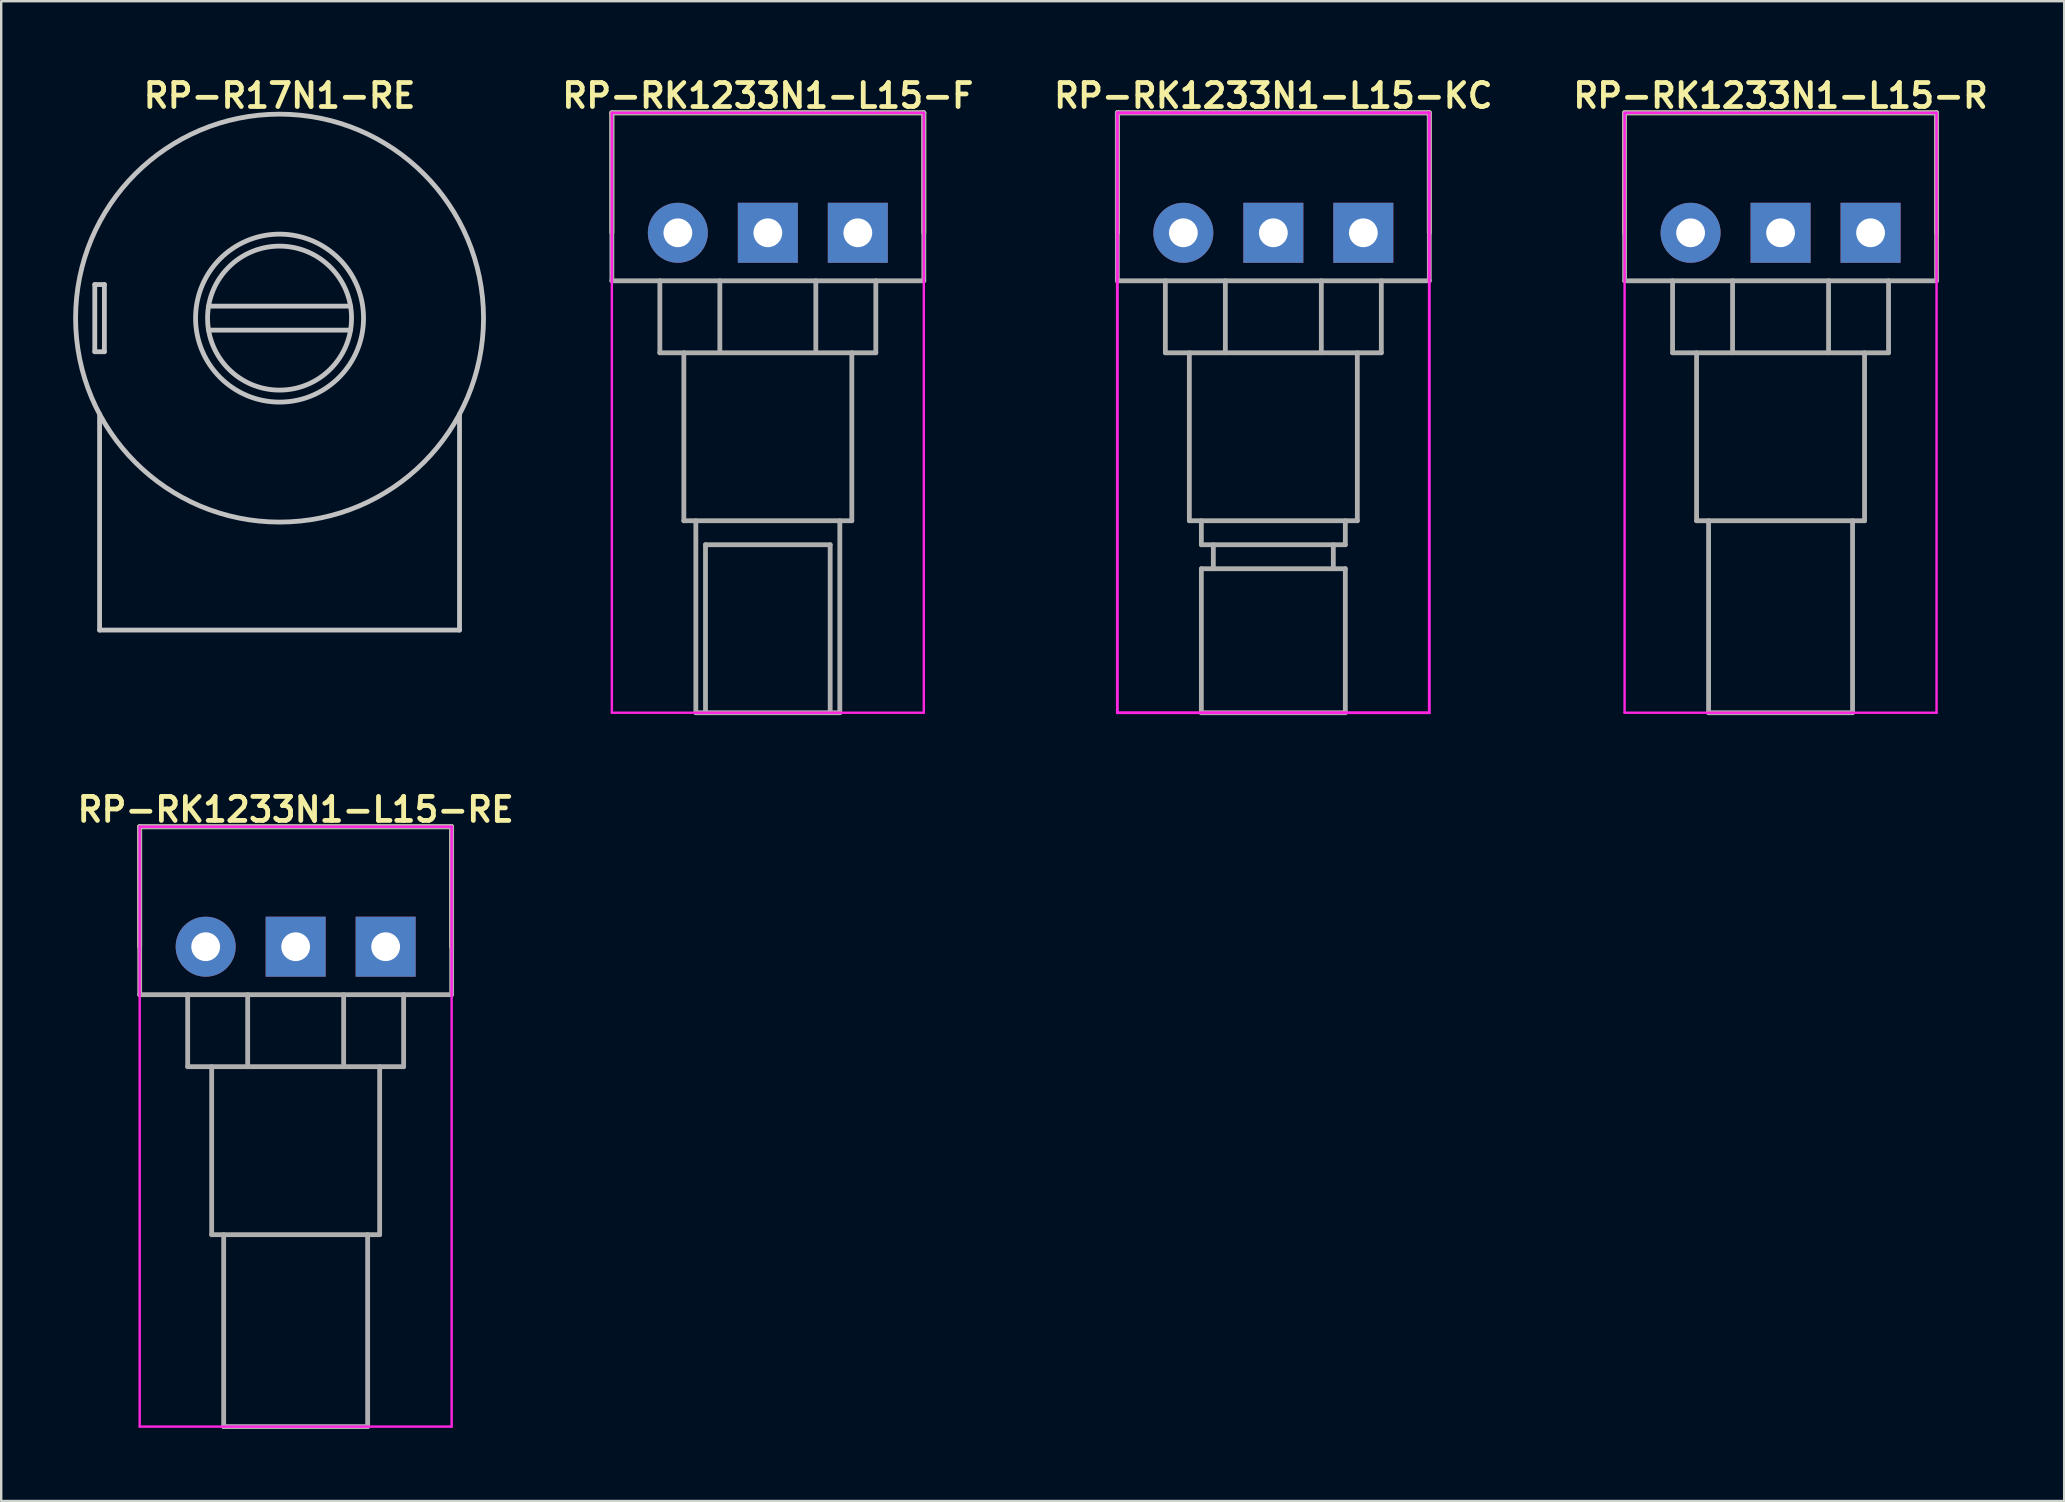
<source format=kicad_pcb>
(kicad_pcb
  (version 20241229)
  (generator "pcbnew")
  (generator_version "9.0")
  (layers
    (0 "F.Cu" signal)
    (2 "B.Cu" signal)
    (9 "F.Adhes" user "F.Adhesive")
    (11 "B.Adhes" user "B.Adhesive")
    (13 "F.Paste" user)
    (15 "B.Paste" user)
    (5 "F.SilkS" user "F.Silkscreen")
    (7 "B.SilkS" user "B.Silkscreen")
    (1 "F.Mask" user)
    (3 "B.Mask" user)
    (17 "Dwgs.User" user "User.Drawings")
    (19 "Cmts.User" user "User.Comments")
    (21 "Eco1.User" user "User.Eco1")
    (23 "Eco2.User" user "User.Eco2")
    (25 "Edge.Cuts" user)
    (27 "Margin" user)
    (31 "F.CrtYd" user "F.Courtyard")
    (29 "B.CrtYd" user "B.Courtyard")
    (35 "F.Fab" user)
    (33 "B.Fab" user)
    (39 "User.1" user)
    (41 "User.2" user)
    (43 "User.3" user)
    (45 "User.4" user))
  (footprint "RP-RK1233N1-L15-KC"
    (layer "F.Cu")
    (at 50.014 6.651)
    (property "Reference" "RP-RK1233N1-L15-KC" (at 0 -5.715 0) (layer "F.SilkS") (effects (font (size 1 1) (thickness 0.2))))
    (attr through_hole)
    (fp_line (start -6.5 -5) (end -6.5 0) (stroke (width 0.2) (type solid)) (layer "F.SilkS"))
    (fp_line (start -6.5 -5) (end 6.5 -5) (stroke (width 0.2) (type solid)) (layer "F.SilkS"))
    (fp_line (start 6.5 -5) (end 6.5 0) (stroke (width 0.2) (type solid)) (layer "F.SilkS"))
    (fp_line (start -6.5 -5) (end -6.5 20) (stroke (width 0.12) (type solid)) (layer "F.CrtYd"))
    (fp_line (start -6.5 -5) (end 6.5 -5) (stroke (width 0.12) (type solid)) (layer "F.CrtYd"))
    (fp_line (start -6.5 20) (end 6.5 20) (stroke (width 0.12) (type solid)) (layer "F.CrtYd"))
    (fp_line (start 6.5 -5) (end 6.5 20) (stroke (width 0.12) (type solid)) (layer "F.CrtYd"))
    (fp_line (start -6.5 -5) (end -6.5 2) (stroke (width 0.2) (type solid)) (layer "F.Fab"))
    (fp_line (start -6.5 -5) (end 6.5 -5) (stroke (width 0.2) (type solid)) (layer "F.Fab"))
    (fp_line (start -6.5 2) (end 6.5 2) (stroke (width 0.2) (type solid)) (layer "F.Fab"))
    (fp_line (start -4.5 2) (end -4.5 5) (stroke (width 0.2) (type solid)) (layer "F.Fab"))
    (fp_line (start -4.5 5) (end 4.5 5) (stroke (width 0.2) (type solid)) (layer "F.Fab"))
    (fp_line (start -3.5 5) (end -3.5 12) (stroke (width 0.2) (type solid)) (layer "F.Fab"))
    (fp_line (start -3.5 12) (end 3.5 12) (stroke (width 0.2) (type solid)) (layer "F.Fab"))
    (fp_line (start -3 12) (end -3 13) (stroke (width 0.2) (type solid)) (layer "F.Fab"))
    (fp_line (start -3 13) (end 3 13) (stroke (width 0.2) (type solid)) (layer "F.Fab"))
    (fp_line (start -3 14) (end -3 20) (stroke (width 0.2) (type solid)) (layer "F.Fab"))
    (fp_line (start -3 14) (end 3 14) (stroke (width 0.2) (type solid)) (layer "F.Fab"))
    (fp_line (start -3 20) (end 3 20) (stroke (width 0.2) (type solid)) (layer "F.Fab"))
    (fp_line (start -2.5 13) (end -2.5 14) (stroke (width 0.2) (type solid)) (layer "F.Fab"))
    (fp_line (start -2 2) (end -2 5) (stroke (width 0.2) (type solid)) (layer "F.Fab"))
    (fp_line (start 2 2) (end 2 5) (stroke (width 0.2) (type solid)) (layer "F.Fab"))
    (fp_line (start 2.5 13) (end 2.5 14) (stroke (width 0.2) (type solid)) (layer "F.Fab"))
    (fp_line (start 3 12) (end 3 13) (stroke (width 0.2) (type solid)) (layer "F.Fab"))
    (fp_line (start 3 14) (end 3 20) (stroke (width 0.2) (type solid)) (layer "F.Fab"))
    (fp_line (start 3.5 5) (end 3.5 12) (stroke (width 0.2) (type solid)) (layer "F.Fab"))
    (fp_line (start 4.5 2) (end 4.5 5) (stroke (width 0.2) (type solid)) (layer "F.Fab"))
    (fp_line (start 6.5 -5) (end 6.5 2) (stroke (width 0.2) (type solid)) (layer "F.Fab"))
    (pad "1" thru_hole circle (at -3.75 0) (size 2.5 2.5) (drill 1.2) (layers "B.Cu" "B.Mask"))
    (pad "2" thru_hole rect (at 0 0) (size 2.5 2.5) (drill 1.2) (layers "B.Cu" "B.Mask"))
    (pad "3" thru_hole rect (at 3.75 0) (size 2.5 2.5) (drill 1.2) (layers "B.Cu" "B.Mask")))
  (footprint "RP-RK1233N1-L15-F"
    (layer "F.Cu")
    (at 28.948 6.651)
    (property "Reference" "RP-RK1233N1-L15-F" (at 0 -5.715 0) (layer "F.SilkS") (effects (font (size 1 1) (thickness 0.2))))
    (attr through_hole)
    (fp_line (start -6.5 -5) (end -6.5 0) (stroke (width 0.2) (type solid)) (layer "F.SilkS"))
    (fp_line (start -6.5 -5) (end 6.5 -5) (stroke (width 0.2) (type solid)) (layer "F.SilkS"))
    (fp_line (start 6.5 -5) (end 6.5 0) (stroke (width 0.2) (type solid)) (layer "F.SilkS"))
    (fp_line (start -6.5 -5) (end -6.5 20) (stroke (width 0.1) (type solid)) (layer "F.CrtYd"))
    (fp_line (start -6.5 -5) (end 6.5 -5) (stroke (width 0.1) (type solid)) (layer "F.CrtYd"))
    (fp_line (start -6.5 20) (end 6.5 20) (stroke (width 0.1) (type solid)) (layer "F.CrtYd"))
    (fp_line (start 6.5 -5) (end 6.5 20) (stroke (width 0.1) (type solid)) (layer "F.CrtYd"))
    (fp_line (start -6.5 -5) (end -6.5 2) (stroke (width 0.2) (type solid)) (layer "F.Fab"))
    (fp_line (start -6.5 -5) (end 6.5 -5) (stroke (width 0.2) (type solid)) (layer "F.Fab"))
    (fp_line (start -6.5 2) (end 6.5 2) (stroke (width 0.2) (type solid)) (layer "F.Fab"))
    (fp_line (start -4.5 2) (end -4.5 5) (stroke (width 0.2) (type solid)) (layer "F.Fab"))
    (fp_line (start -4.5 5) (end 4.5 5) (stroke (width 0.2) (type solid)) (layer "F.Fab"))
    (fp_line (start -3.5 5) (end -3.5 12) (stroke (width 0.2) (type solid)) (layer "F.Fab"))
    (fp_line (start -3.5 12) (end 3.5 12) (stroke (width 0.2) (type solid)) (layer "F.Fab"))
    (fp_line (start -3 12) (end -3 20) (stroke (width 0.2) (type solid)) (layer "F.Fab"))
    (fp_line (start -3 20) (end 3 20) (stroke (width 0.2) (type solid)) (layer "F.Fab"))
    (fp_line (start -2.598 13) (end -2.598 20) (stroke (width 0.2) (type solid)) (layer "F.Fab"))
    (fp_line (start -2.598 13) (end 2.598 13) (stroke (width 0.2) (type solid)) (layer "F.Fab"))
    (fp_line (start -2 2) (end -2 5) (stroke (width 0.2) (type solid)) (layer "F.Fab"))
    (fp_line (start 2 2) (end 2 5) (stroke (width 0.2) (type solid)) (layer "F.Fab"))
    (fp_line (start 2.598 13) (end 2.598 20) (stroke (width 0.2) (type solid)) (layer "F.Fab"))
    (fp_line (start 3 12) (end 3 20) (stroke (width 0.2) (type solid)) (layer "F.Fab"))
    (fp_line (start 3.5 5) (end 3.5 12) (stroke (width 0.2) (type solid)) (layer "F.Fab"))
    (fp_line (start 4.5 2) (end 4.5 5) (stroke (width 0.2) (type solid)) (layer "F.Fab"))
    (fp_line (start 6.5 -5) (end 6.5 2) (stroke (width 0.2) (type solid)) (layer "F.Fab"))
    (pad "1" thru_hole circle (at -3.75 0) (size 2.5 2.5) (drill 1.2) (layers "B.Cu" "B.Mask"))
    (pad "2" thru_hole rect (at 0 0) (size 2.5 2.5) (drill 1.2) (layers "B.Cu" "B.Mask"))
    (pad "3" thru_hole rect (at 3.75 0) (size 2.5 2.5) (drill 1.2) (layers "B.Cu" "B.Mask")))
  (footprint "RP-RK1233N1-L15-RE"
    (layer "F.Cu")
    (at 9.271 36.402)
    (property "Reference" "RP-RK1233N1-L15-RE" (at 0 -5.715 0) (layer "F.SilkS") (effects (font (size 1 1) (thickness 0.2))))
    (attr through_hole)
    (fp_line (start -6.5 -5) (end -6.5 0) (stroke (width 0.2) (type solid)) (layer "F.SilkS"))
    (fp_line (start -6.5 -5) (end 6.5 -5) (stroke (width 0.2) (type solid)) (layer "F.SilkS"))
    (fp_line (start 6.5 -5) (end 6.5 0) (stroke (width 0.2) (type solid)) (layer "F.SilkS"))
    (fp_line (start -6.5 -5) (end -6.5 20) (stroke (width 0.1) (type solid)) (layer "F.CrtYd"))
    (fp_line (start -6.5 -5) (end 6.5 -5) (stroke (width 0.1) (type solid)) (layer "F.CrtYd"))
    (fp_line (start -6.5 20) (end 6.5 20) (stroke (width 0.1) (type solid)) (layer "F.CrtYd"))
    (fp_line (start 6.5 -5) (end 6.5 20) (stroke (width 0.1) (type solid)) (layer "F.CrtYd"))
    (fp_line (start -6.5 -5) (end -6.5 2) (stroke (width 0.2) (type solid)) (layer "F.Fab"))
    (fp_line (start -6.5 -5) (end 6.5 -5) (stroke (width 0.2) (type solid)) (layer "F.Fab"))
    (fp_line (start -6.5 2) (end 6.5 2) (stroke (width 0.2) (type solid)) (layer "F.Fab"))
    (fp_line (start -4.5 2) (end -4.5 5) (stroke (width 0.2) (type solid)) (layer "F.Fab"))
    (fp_line (start -4.5 5) (end 4.5 5) (stroke (width 0.2) (type solid)) (layer "F.Fab"))
    (fp_line (start -3.5 5) (end -3.5 12) (stroke (width 0.2) (type solid)) (layer "F.Fab"))
    (fp_line (start -3.5 12) (end 3.5 12) (stroke (width 0.2) (type solid)) (layer "F.Fab"))
    (fp_line (start -3 12) (end -3 20) (stroke (width 0.2) (type solid)) (layer "F.Fab"))
    (fp_line (start -3 20) (end 3 20) (stroke (width 0.2) (type solid)) (layer "F.Fab"))
    (fp_line (start -2 2) (end -2 5) (stroke (width 0.2) (type solid)) (layer "F.Fab"))
    (fp_line (start 2 2) (end 2 5) (stroke (width 0.2) (type solid)) (layer "F.Fab"))
    (fp_line (start 3 12) (end 3 20) (stroke (width 0.2) (type solid)) (layer "F.Fab"))
    (fp_line (start 3.5 5) (end 3.5 12) (stroke (width 0.2) (type solid)) (layer "F.Fab"))
    (fp_line (start 4.5 2) (end 4.5 5) (stroke (width 0.2) (type solid)) (layer "F.Fab"))
    (fp_line (start 6.5 -5) (end 6.5 2) (stroke (width 0.2) (type solid)) (layer "F.Fab"))
    (pad "1" thru_hole circle (at -3.75 0) (size 2.5 2.5) (drill 1.2) (layers "B.Cu" "B.Mask"))
    (pad "2" thru_hole rect (at 0 0) (size 2.5 2.5) (drill 1.2) (layers "B.Cu" "B.Mask"))
    (pad "3" thru_hole rect (at 3.75 0) (size 2.5 2.5) (drill 1.2) (layers "B.Cu" "B.Mask")))
  (footprint "RP-R17N1-RE"
    (layer "F.Cu")
    (at 8.6 10.207)
    (property "Reference" "RP-R17N1-RE" (at 0 -9.271 0) (layer "F.SilkS") (effects (font (size 1 1) (thickness 0.2))))
    (attr through_hole)
    (fp_line (start -7.7 -1.4) (end -7.7 1.4) (stroke (width 0.2) (type solid)) (layer "Dwgs.User"))
    (fp_line (start -7.7 -1.4) (end -7.3 -1.4) (stroke (width 0.2) (type solid)) (layer "Dwgs.User"))
    (fp_line (start -7.7 1.4) (end -7.3 1.4) (stroke (width 0.2) (type solid)) (layer "Dwgs.User"))
    (fp_line (start -7.5 4) (end -7.5 13) (stroke (width 0.2) (type solid)) (layer "Dwgs.User"))
    (fp_line (start -7.5 13) (end 7.5 13) (stroke (width 0.2) (type solid)) (layer "Dwgs.User"))
    (fp_line (start -7.3 -1.4) (end -7.3 1.4) (stroke (width 0.2) (type solid)) (layer "Dwgs.User"))
    (fp_line (start -2.958 -0.5) (end 2.958 -0.5) (stroke (width 0.2) (type solid)) (layer "Dwgs.User"))
    (fp_line (start -2.958 0.5) (end 2.958 0.5) (stroke (width 0.2) (type solid)) (layer "Dwgs.User"))
    (fp_line (start 7.5 4) (end 7.5 13) (stroke (width 0.2) (type solid)) (layer "Dwgs.User"))
    (fp_circle (center 0 0) (end 3 0) (stroke (width 0.2) (type solid)) (fill no) (layer "Dwgs.User"))
    (fp_circle (center 0 0) (end 3.5 0) (stroke (width 0.2) (type solid)) (fill no) (layer "Dwgs.User"))
    (fp_circle (center 0 0) (end 8.5 0) (stroke (width 0.2) (type solid)) (fill no) (layer "Dwgs.User"))
    (fp_line (start -7.75 -1.2) (end -7.75 1.2) (stroke (width 0.4) (type solid)) (layer "Eco1.User"))
    (fp_line (start -7.25 -1.2) (end -7.25 1.2) (stroke (width 0.4) (type solid)) (layer "Eco1.User"))
    (fp_arc (start -7.75 -1.2) (mid -7.5 -1.45) (end -7.25 -1.2) (stroke (width 0.4) (type solid)) (layer "Eco1.User"))
    (fp_arc (start -7.25 1.2) (mid -7.5 1.45) (end -7.75 1.2) (stroke (width 0.4) (type solid)) (layer "Eco1.User"))
    (fp_circle (center 0 0) (end 3.7 0) (stroke (width 0.4) (type solid)) (fill no) (layer "Eco1.User")))
  (footprint "RP-RK1233N1-L15-R"
    (layer "F.Cu")
    (at 71.152 6.651)
    (property "Reference" "RP-RK1233N1-L15-R" (at 0 -5.715 0) (layer "F.SilkS") (effects (font (size 1 1) (thickness 0.2))))
    (attr through_hole)
    (fp_line (start -6.5 -5) (end -6.5 0) (stroke (width 0.2) (type solid)) (layer "F.SilkS"))
    (fp_line (start -6.5 -5) (end 6.5 -5) (stroke (width 0.2) (type solid)) (layer "F.SilkS"))
    (fp_line (start 6.5 -5) (end 6.5 0) (stroke (width 0.2) (type solid)) (layer "F.SilkS"))
    (fp_line (start -6.5 -5) (end -6.5 20) (stroke (width 0.1) (type solid)) (layer "F.CrtYd"))
    (fp_line (start -6.5 -5) (end 6.5 -5) (stroke (width 0.1) (type solid)) (layer "F.CrtYd"))
    (fp_line (start -6.5 20) (end 6.5 20) (stroke (width 0.1) (type solid)) (layer "F.CrtYd"))
    (fp_line (start 6.5 -5) (end 6.5 20) (stroke (width 0.1) (type solid)) (layer "F.CrtYd"))
    (fp_line (start -6.5 -5) (end -6.5 2) (stroke (width 0.2) (type solid)) (layer "F.Fab"))
    (fp_line (start -6.5 -5) (end 6.5 -5) (stroke (width 0.2) (type solid)) (layer "F.Fab"))
    (fp_line (start -6.5 2) (end 6.5 2) (stroke (width 0.2) (type solid)) (layer "F.Fab"))
    (fp_line (start -4.5 2) (end -4.5 5) (stroke (width 0.2) (type solid)) (layer "F.Fab"))
    (fp_line (start -4.5 5) (end 4.5 5) (stroke (width 0.2) (type solid)) (layer "F.Fab"))
    (fp_line (start -3.5 5) (end -3.5 12) (stroke (width 0.2) (type solid)) (layer "F.Fab"))
    (fp_line (start -3.5 12) (end 3.5 12) (stroke (width 0.2) (type solid)) (layer "F.Fab"))
    (fp_line (start -3 12) (end -3 20) (stroke (width 0.2) (type solid)) (layer "F.Fab"))
    (fp_line (start -3 20) (end 3 20) (stroke (width 0.2) (type solid)) (layer "F.Fab"))
    (fp_line (start -2 2) (end -2 5) (stroke (width 0.2) (type solid)) (layer "F.Fab"))
    (fp_line (start 2 2) (end 2 5) (stroke (width 0.2) (type solid)) (layer "F.Fab"))
    (fp_line (start 3 12) (end 3 20) (stroke (width 0.2) (type solid)) (layer "F.Fab"))
    (fp_line (start 3.5 5) (end 3.5 12) (stroke (width 0.2) (type solid)) (layer "F.Fab"))
    (fp_line (start 4.5 2) (end 4.5 5) (stroke (width 0.2) (type solid)) (layer "F.Fab"))
    (fp_line (start 6.5 -5) (end 6.5 2) (stroke (width 0.2) (type solid)) (layer "F.Fab"))
    (pad "1" thru_hole circle (at -3.75 0) (size 2.5 2.5) (drill 1.2) (layers "B.Cu" "B.Mask"))
    (pad "2" thru_hole rect (at 0 0) (size 2.5 2.5) (drill 1.2) (layers "B.Cu" "B.Mask"))
    (pad "3" thru_hole rect (at 3.75 0) (size 2.5 2.5) (drill 1.2) (layers "B.Cu" "B.Mask")))
  (gr_rect
    (start -3 -3)
    (end 82.971 59.502)
    (stroke (width 0.1) (type default))
    (fill no)
    (layer "Edge.Cuts")))
</source>
